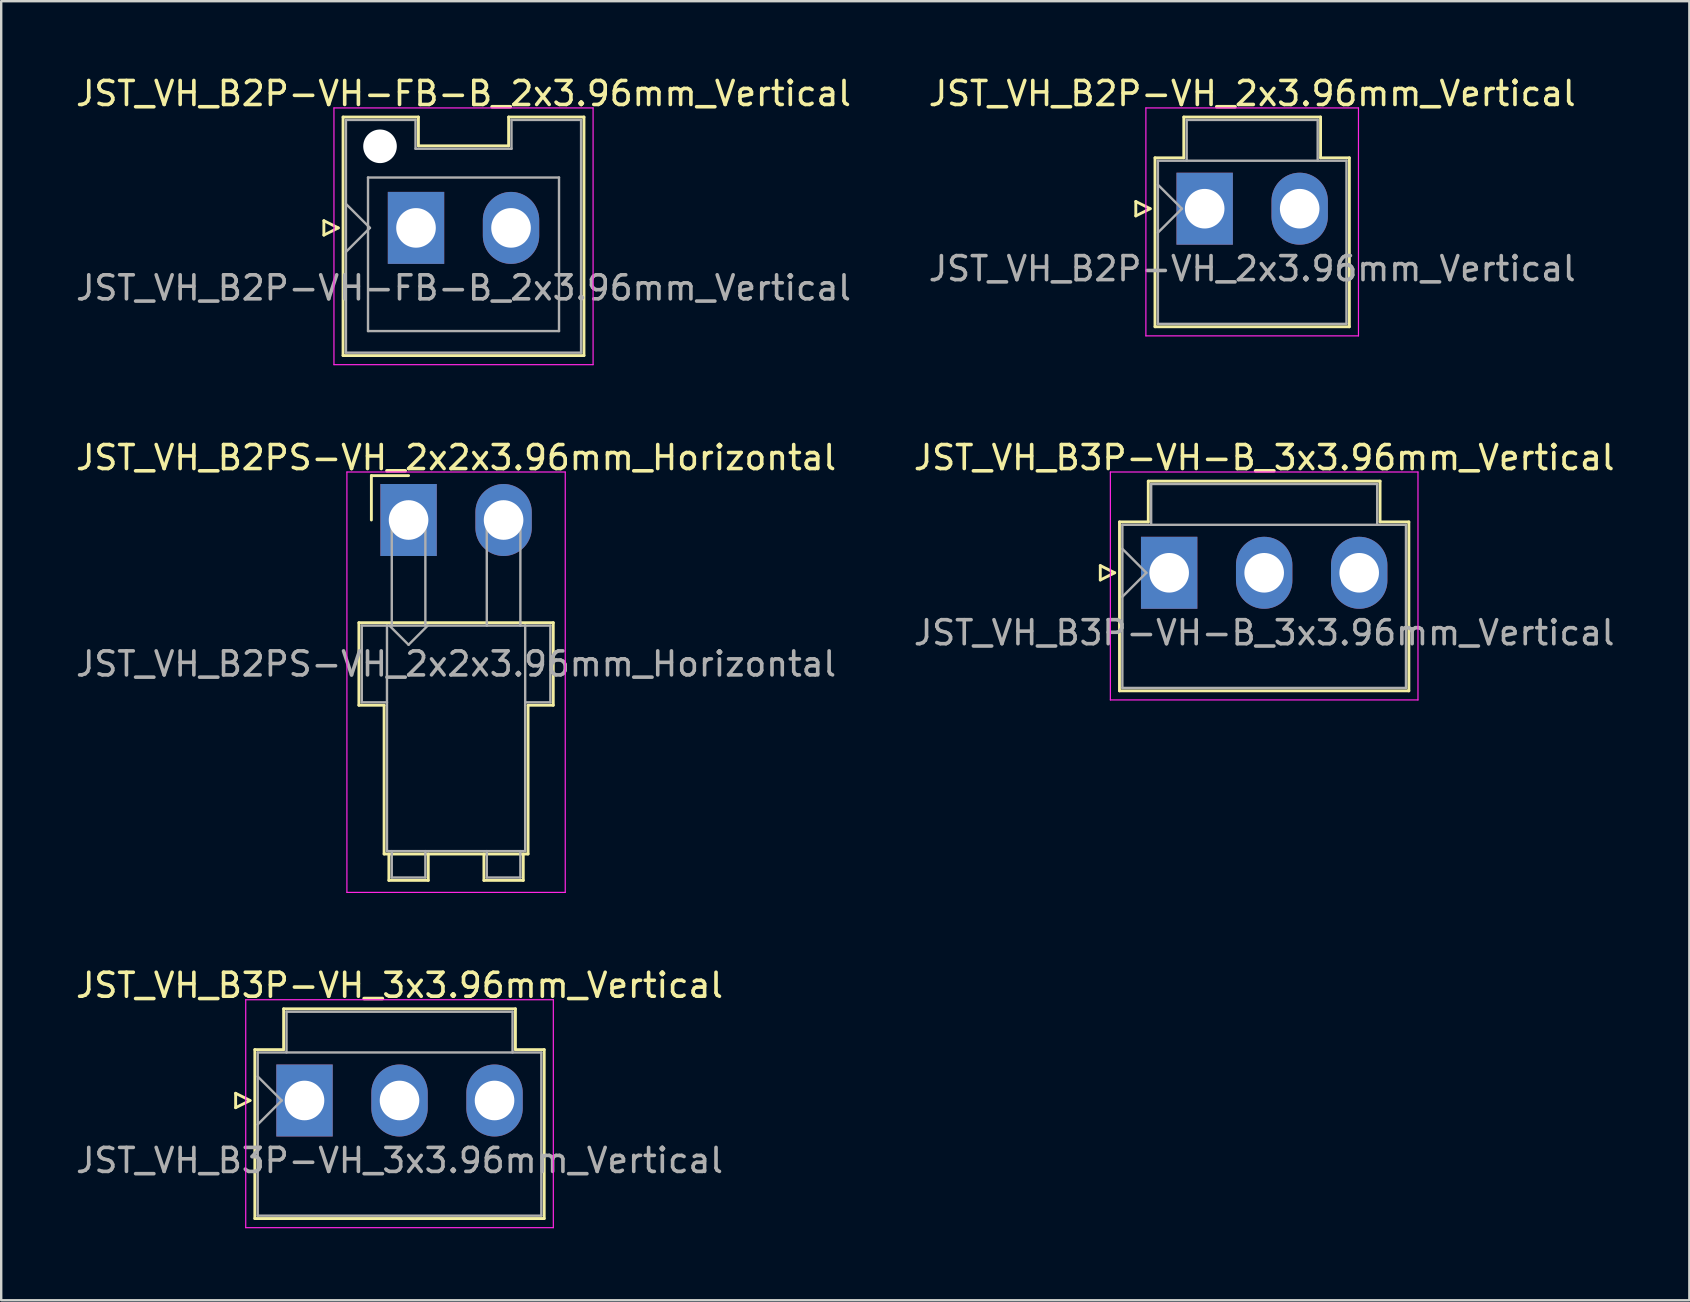
<source format=kicad_pcb>
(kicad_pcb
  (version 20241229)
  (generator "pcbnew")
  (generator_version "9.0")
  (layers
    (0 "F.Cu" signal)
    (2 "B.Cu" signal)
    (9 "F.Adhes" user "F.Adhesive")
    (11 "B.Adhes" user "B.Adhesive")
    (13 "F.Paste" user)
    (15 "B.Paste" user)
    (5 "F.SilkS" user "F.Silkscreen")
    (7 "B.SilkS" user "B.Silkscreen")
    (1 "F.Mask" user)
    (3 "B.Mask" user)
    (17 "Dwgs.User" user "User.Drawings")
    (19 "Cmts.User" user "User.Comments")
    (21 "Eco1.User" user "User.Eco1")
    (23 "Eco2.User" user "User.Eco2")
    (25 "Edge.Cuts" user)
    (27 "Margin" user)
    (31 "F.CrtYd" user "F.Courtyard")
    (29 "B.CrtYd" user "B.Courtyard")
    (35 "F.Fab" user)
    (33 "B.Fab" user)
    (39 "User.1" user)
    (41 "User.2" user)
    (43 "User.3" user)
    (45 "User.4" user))
  (footprint "JST_VH_B3P-VH-B_3x3.96mm_Vertical"
    (layer "F.Cu")
    (at 45.677 20.822)
    (property "Reference" "JST_VH_B3P-VH-B_3x3.96mm_Vertical" (at 3.96 -4.8 0) (layer "F.SilkS") (effects (font (size 1 1) (thickness 0.15))))
    (attr through_hole)
    (fp_line (start -2.87 -0.3) (end -2.27 0) (stroke (width 0.12) (type solid)) (layer "F.SilkS"))
    (fp_line (start -2.87 0.3) (end -2.87 -0.3) (stroke (width 0.12) (type solid)) (layer "F.SilkS"))
    (fp_line (start -2.27 0) (end -2.87 0.3) (stroke (width 0.12) (type solid)) (layer "F.SilkS"))
    (fp_line (start -2.07 -2.12) (end -0.87 -2.12) (stroke (width 0.12) (type solid)) (layer "F.SilkS"))
    (fp_line (start -2.07 4.92) (end -2.07 -2.12) (stroke (width 0.12) (type solid)) (layer "F.SilkS"))
    (fp_line (start -0.87 -3.82) (end 8.79 -3.82) (stroke (width 0.12) (type solid)) (layer "F.SilkS"))
    (fp_line (start -0.87 -2.12) (end -0.87 -3.82) (stroke (width 0.12) (type solid)) (layer "F.SilkS"))
    (fp_line (start 8.79 -3.82) (end 8.79 -2.12) (stroke (width 0.12) (type solid)) (layer "F.SilkS"))
    (fp_line (start 8.79 -2.12) (end 9.99 -2.12) (stroke (width 0.12) (type solid)) (layer "F.SilkS"))
    (fp_line (start 9.99 -2.12) (end 9.99 4.92) (stroke (width 0.12) (type solid)) (layer "F.SilkS"))
    (fp_line (start 9.99 4.92) (end -2.07 4.92) (stroke (width 0.12) (type solid)) (layer "F.SilkS"))
    (fp_line (start -2.45 -4.2) (end -2.45 5.3) (stroke (width 0.05) (type solid)) (layer "F.CrtYd"))
    (fp_line (start -2.45 5.3) (end 10.37 5.3) (stroke (width 0.05) (type solid)) (layer "F.CrtYd"))
    (fp_line (start 10.37 -4.2) (end -2.45 -4.2) (stroke (width 0.05) (type solid)) (layer "F.CrtYd"))
    (fp_line (start 10.37 5.3) (end 10.37 -4.2) (stroke (width 0.05) (type solid)) (layer "F.CrtYd"))
    (fp_line (start -1.95 -2) (end -1.95 4.8) (stroke (width 0.1) (type solid)) (layer "F.Fab"))
    (fp_line (start -1.95 -1) (end -0.95 0) (stroke (width 0.1) (type solid)) (layer "F.Fab"))
    (fp_line (start -1.95 1) (end -0.95 0) (stroke (width 0.1) (type solid)) (layer "F.Fab"))
    (fp_line (start -1.95 4.8) (end 9.87 4.8) (stroke (width 0.1) (type solid)) (layer "F.Fab"))
    (fp_line (start -0.75 -3.7) (end 8.67 -3.7) (stroke (width 0.1) (type solid)) (layer "F.Fab"))
    (fp_line (start -0.75 -2) (end -0.75 -3.7) (stroke (width 0.1) (type solid)) (layer "F.Fab"))
    (fp_line (start 8.67 -3.7) (end 8.67 -2) (stroke (width 0.1) (type solid)) (layer "F.Fab"))
    (fp_line (start 9.87 -2) (end -1.95 -2) (stroke (width 0.1) (type solid)) (layer "F.Fab"))
    (fp_line (start 9.87 4.8) (end 9.87 -2) (stroke (width 0.1) (type solid)) (layer "F.Fab"))
    (fp_text user "${REFERENCE}" (at 3.96 2.5 0) (layer "F.Fab") (effects (font (size 1 1) (thickness 0.15))))
    (pad "1" thru_hole rect (at 0 0) (size 2.35 3) (drill 1.65) (layers "*.Cu" "*.Mask"))
    (pad "2" thru_hole oval (at 3.96 0) (size 2.35 3) (drill 1.65) (layers "*.Cu" "*.Mask"))
    (pad "3" thru_hole oval (at 7.92 0) (size 2.35 3) (drill 1.65) (layers "*.Cu" "*.Mask")))
  (footprint "JST_VH_B2P-VH-FB-B_2x3.96mm_Vertical"
    (layer "F.Cu")
    (at 14.288 6.448)
    (property "Reference" "JST_VH_B2P-VH-FB-B_2x3.96mm_Vertical" (at 1.98 -5.6 0) (layer "F.SilkS") (effects (font (size 1 1) (thickness 0.15))))
    (attr through_hole)
    (fp_line (start -3.84 -0.3) (end -3.24 0) (stroke (width 0.12) (type solid)) (layer "F.SilkS"))
    (fp_line (start -3.84 0.3) (end -3.84 -0.3) (stroke (width 0.12) (type solid)) (layer "F.SilkS"))
    (fp_line (start -3.24 0) (end -3.84 0.3) (stroke (width 0.12) (type solid)) (layer "F.SilkS"))
    (fp_line (start -3.04 -4.62) (end 0.1 -4.62) (stroke (width 0.12) (type solid)) (layer "F.SilkS"))
    (fp_line (start -3.04 5.32) (end -3.04 -4.62) (stroke (width 0.12) (type solid)) (layer "F.SilkS"))
    (fp_line (start 0.1 -4.62) (end 0.1 -3.42) (stroke (width 0.12) (type solid)) (layer "F.SilkS"))
    (fp_line (start 0.1 -3.42) (end 3.86 -3.42) (stroke (width 0.12) (type solid)) (layer "F.SilkS"))
    (fp_line (start 3.86 -4.62) (end 7 -4.62) (stroke (width 0.12) (type solid)) (layer "F.SilkS"))
    (fp_line (start 3.86 -3.42) (end 3.86 -4.62) (stroke (width 0.12) (type solid)) (layer "F.SilkS"))
    (fp_line (start 7 -4.62) (end 7 5.32) (stroke (width 0.12) (type solid)) (layer "F.SilkS"))
    (fp_line (start 7 5.32) (end -3.04 5.32) (stroke (width 0.12) (type solid)) (layer "F.SilkS"))
    (fp_line (start -3.42 -5) (end -3.42 5.7) (stroke (width 0.05) (type solid)) (layer "F.CrtYd"))
    (fp_line (start -3.42 5.7) (end 7.38 5.7) (stroke (width 0.05) (type solid)) (layer "F.CrtYd"))
    (fp_line (start 7.38 -5) (end -3.42 -5) (stroke (width 0.05) (type solid)) (layer "F.CrtYd"))
    (fp_line (start 7.38 5.7) (end 7.38 -5) (stroke (width 0.05) (type solid)) (layer "F.CrtYd"))
    (fp_line (start -2.92 -4.5) (end -0.02 -4.5) (stroke (width 0.1) (type solid)) (layer "F.Fab"))
    (fp_line (start -2.92 -1) (end -1.92 0) (stroke (width 0.1) (type solid)) (layer "F.Fab"))
    (fp_line (start -2.92 1) (end -1.92 0) (stroke (width 0.1) (type solid)) (layer "F.Fab"))
    (fp_line (start -2.92 5.2) (end -2.92 -4.5) (stroke (width 0.1) (type solid)) (layer "F.Fab"))
    (fp_line (start -2 -2.1) (end 5.96 -2.1) (stroke (width 0.1) (type solid)) (layer "F.Fab"))
    (fp_line (start -2 4.3) (end -2 -2.1) (stroke (width 0.1) (type solid)) (layer "F.Fab"))
    (fp_line (start -0.02 -4.5) (end -0.02 -3.3) (stroke (width 0.1) (type solid)) (layer "F.Fab"))
    (fp_line (start -0.02 -3.3) (end 3.98 -3.3) (stroke (width 0.1) (type solid)) (layer "F.Fab"))
    (fp_line (start 3.98 -4.5) (end 6.88 -4.5) (stroke (width 0.1) (type solid)) (layer "F.Fab"))
    (fp_line (start 3.98 -3.3) (end 3.98 -4.5) (stroke (width 0.1) (type solid)) (layer "F.Fab"))
    (fp_line (start 5.96 -2.1) (end 5.96 4.3) (stroke (width 0.1) (type solid)) (layer "F.Fab"))
    (fp_line (start 5.96 4.3) (end -2 4.3) (stroke (width 0.1) (type solid)) (layer "F.Fab"))
    (fp_line (start 6.88 -4.5) (end 6.88 5.2) (stroke (width 0.1) (type solid)) (layer "F.Fab"))
    (fp_line (start 6.88 5.2) (end -2.92 5.2) (stroke (width 0.1) (type solid)) (layer "F.Fab"))
    (fp_text user "${REFERENCE}" (at 1.98 2.5 0) (layer "F.Fab") (effects (font (size 1 1) (thickness 0.15))))
    (pad "" np_thru_hole circle (at -1.5 -3.4) (size 1.4 1.4) (drill 1.4) (layers "*.Cu" "*.Mask"))
    (pad "1" thru_hole rect (at 0 0) (size 2.35 3) (drill 1.65) (layers "*.Cu" "*.Mask"))
    (pad "2" thru_hole oval (at 3.96 0) (size 2.35 3) (drill 1.65) (layers "*.Cu" "*.Mask")))
  (footprint "JST_VH_B3P-VH_3x3.96mm_Vertical"
    (layer "F.Cu")
    (at 9.641 42.815)
    (property "Reference" "JST_VH_B3P-VH_3x3.96mm_Vertical" (at 3.96 -4.8 0) (layer "F.SilkS") (effects (font (size 1 1) (thickness 0.15))))
    (attr through_hole)
    (fp_line (start -2.87 -0.3) (end -2.27 0) (stroke (width 0.12) (type solid)) (layer "F.SilkS"))
    (fp_line (start -2.87 0.3) (end -2.87 -0.3) (stroke (width 0.12) (type solid)) (layer "F.SilkS"))
    (fp_line (start -2.27 0) (end -2.87 0.3) (stroke (width 0.12) (type solid)) (layer "F.SilkS"))
    (fp_line (start -2.07 -2.12) (end -0.87 -2.12) (stroke (width 0.12) (type solid)) (layer "F.SilkS"))
    (fp_line (start -2.07 4.92) (end -2.07 -2.12) (stroke (width 0.12) (type solid)) (layer "F.SilkS"))
    (fp_line (start -0.87 -3.82) (end 8.79 -3.82) (stroke (width 0.12) (type solid)) (layer "F.SilkS"))
    (fp_line (start -0.87 -2.12) (end -0.87 -3.82) (stroke (width 0.12) (type solid)) (layer "F.SilkS"))
    (fp_line (start 8.79 -3.82) (end 8.79 -2.12) (stroke (width 0.12) (type solid)) (layer "F.SilkS"))
    (fp_line (start 8.79 -2.12) (end 9.99 -2.12) (stroke (width 0.12) (type solid)) (layer "F.SilkS"))
    (fp_line (start 9.99 -2.12) (end 9.99 4.92) (stroke (width 0.12) (type solid)) (layer "F.SilkS"))
    (fp_line (start 9.99 4.92) (end -2.07 4.92) (stroke (width 0.12) (type solid)) (layer "F.SilkS"))
    (fp_line (start -2.45 -4.2) (end -2.45 5.3) (stroke (width 0.05) (type solid)) (layer "F.CrtYd"))
    (fp_line (start -2.45 5.3) (end 10.37 5.3) (stroke (width 0.05) (type solid)) (layer "F.CrtYd"))
    (fp_line (start 10.37 -4.2) (end -2.45 -4.2) (stroke (width 0.05) (type solid)) (layer "F.CrtYd"))
    (fp_line (start 10.37 5.3) (end 10.37 -4.2) (stroke (width 0.05) (type solid)) (layer "F.CrtYd"))
    (fp_line (start -1.95 -2) (end -1.95 4.8) (stroke (width 0.1) (type solid)) (layer "F.Fab"))
    (fp_line (start -1.95 -1) (end -0.95 0) (stroke (width 0.1) (type solid)) (layer "F.Fab"))
    (fp_line (start -1.95 1) (end -0.95 0) (stroke (width 0.1) (type solid)) (layer "F.Fab"))
    (fp_line (start -1.95 4.8) (end 9.87 4.8) (stroke (width 0.1) (type solid)) (layer "F.Fab"))
    (fp_line (start -0.75 -3.7) (end 8.67 -3.7) (stroke (width 0.1) (type solid)) (layer "F.Fab"))
    (fp_line (start -0.75 -2) (end -0.75 -3.7) (stroke (width 0.1) (type solid)) (layer "F.Fab"))
    (fp_line (start 8.67 -3.7) (end 8.67 -2) (stroke (width 0.1) (type solid)) (layer "F.Fab"))
    (fp_line (start 9.87 -2) (end -1.95 -2) (stroke (width 0.1) (type solid)) (layer "F.Fab"))
    (fp_line (start 9.87 4.8) (end 9.87 -2) (stroke (width 0.1) (type solid)) (layer "F.Fab"))
    (fp_text user "${REFERENCE}" (at 3.96 2.5 0) (layer "F.Fab") (effects (font (size 1 1) (thickness 0.15))))
    (pad "1" thru_hole rect (at 0 0) (size 2.35 3) (drill 1.65) (layers "*.Cu" "*.Mask"))
    (pad "2" thru_hole oval (at 3.96 0) (size 2.35 3) (drill 1.65) (layers "*.Cu" "*.Mask"))
    (pad "3" thru_hole oval (at 7.92 0) (size 2.35 3) (drill 1.65) (layers "*.Cu" "*.Mask")))
  (footprint "JST_VH_B2PS-VH_2x2x3.96mm_Horizontal"
    (layer "F.Cu")
    (at 13.978 18.622)
    (property "Reference" "JST_VH_B2PS-VH_2x2x3.96mm_Horizontal" (at 1.98 -2.6 0) (layer "F.SilkS") (effects (font (size 1 1) (thickness 0.15))))
    (attr through_hole)
    (fp_line (start -2.07 4.28) (end 6.03 4.28) (stroke (width 0.12) (type solid)) (layer "F.SilkS"))
    (fp_line (start -2.07 7.72) (end -2.07 4.28) (stroke (width 0.12) (type solid)) (layer "F.SilkS"))
    (fp_line (start -1.55 -1.85) (end -1.55 0) (stroke (width 0.12) (type solid)) (layer "F.SilkS"))
    (fp_line (start -1.02 7.72) (end -2.07 7.72) (stroke (width 0.12) (type solid)) (layer "F.SilkS"))
    (fp_line (start -1.02 13.92) (end -1.02 7.72) (stroke (width 0.12) (type solid)) (layer "F.SilkS"))
    (fp_line (start -0.82 13.92) (end -0.82 15.02) (stroke (width 0.12) (type solid)) (layer "F.SilkS"))
    (fp_line (start -0.82 15.02) (end 0.82 15.02) (stroke (width 0.12) (type solid)) (layer "F.SilkS"))
    (fp_line (start 0 -1.85) (end -1.55 -1.85) (stroke (width 0.12) (type solid)) (layer "F.SilkS"))
    (fp_line (start 0.82 15.02) (end 0.82 13.92) (stroke (width 0.12) (type solid)) (layer "F.SilkS"))
    (fp_line (start 3.14 13.92) (end 3.14 15.02) (stroke (width 0.12) (type solid)) (layer "F.SilkS"))
    (fp_line (start 3.14 15.02) (end 4.78 15.02) (stroke (width 0.12) (type solid)) (layer "F.SilkS"))
    (fp_line (start 4.78 15.02) (end 4.78 13.92) (stroke (width 0.12) (type solid)) (layer "F.SilkS"))
    (fp_line (start 4.98 7.72) (end 4.98 13.92) (stroke (width 0.12) (type solid)) (layer "F.SilkS"))
    (fp_line (start 4.98 13.92) (end -1.02 13.92) (stroke (width 0.12) (type solid)) (layer "F.SilkS"))
    (fp_line (start 6.03 4.28) (end 6.03 7.72) (stroke (width 0.12) (type solid)) (layer "F.SilkS"))
    (fp_line (start 6.03 7.72) (end 4.98 7.72) (stroke (width 0.12) (type solid)) (layer "F.SilkS"))
    (fp_line (start -2.57 -2) (end -2.57 15.52) (stroke (width 0.05) (type solid)) (layer "F.CrtYd"))
    (fp_line (start -2.57 15.52) (end 6.53 15.52) (stroke (width 0.05) (type solid)) (layer "F.CrtYd"))
    (fp_line (start 6.53 -2) (end -2.57 -2) (stroke (width 0.05) (type solid)) (layer "F.CrtYd"))
    (fp_line (start 6.53 15.52) (end 6.53 -2) (stroke (width 0.05) (type solid)) (layer "F.CrtYd"))
    (fp_line (start -1.95 4.4) (end -0.9 4.4) (stroke (width 0.1) (type solid)) (layer "F.Fab"))
    (fp_line (start -1.95 7.6) (end -1.95 4.4) (stroke (width 0.1) (type solid)) (layer "F.Fab"))
    (fp_line (start -0.9 4.4) (end -0.9 13.8) (stroke (width 0.1) (type solid)) (layer "F.Fab"))
    (fp_line (start -0.9 7.6) (end -1.95 7.6) (stroke (width 0.1) (type solid)) (layer "F.Fab"))
    (fp_line (start -0.9 13.8) (end 4.86 13.8) (stroke (width 0.1) (type solid)) (layer "F.Fab"))
    (fp_line (start -0.8 4.4) (end 0 5.2) (stroke (width 0.1) (type solid)) (layer "F.Fab"))
    (fp_line (start -0.7 0) (end 0.7 0) (stroke (width 0.1) (type solid)) (layer "F.Fab"))
    (fp_line (start -0.7 4.4) (end -0.7 0) (stroke (width 0.1) (type solid)) (layer "F.Fab"))
    (fp_line (start -0.7 13.8) (end -0.7 14.9) (stroke (width 0.1) (type solid)) (layer "F.Fab"))
    (fp_line (start -0.7 14.9) (end 0.7 14.9) (stroke (width 0.1) (type solid)) (layer "F.Fab"))
    (fp_line (start 0 5.2) (end 0.8 4.4) (stroke (width 0.1) (type solid)) (layer "F.Fab"))
    (fp_line (start 0.7 0) (end 0.7 4.4) (stroke (width 0.1) (type solid)) (layer "F.Fab"))
    (fp_line (start 0.7 14.9) (end 0.7 13.8) (stroke (width 0.1) (type solid)) (layer "F.Fab"))
    (fp_line (start 3.26 0) (end 4.66 0) (stroke (width 0.1) (type solid)) (layer "F.Fab"))
    (fp_line (start 3.26 4.4) (end 3.26 0) (stroke (width 0.1) (type solid)) (layer "F.Fab"))
    (fp_line (start 3.26 13.8) (end 3.26 14.9) (stroke (width 0.1) (type solid)) (layer "F.Fab"))
    (fp_line (start 3.26 14.9) (end 4.66 14.9) (stroke (width 0.1) (type solid)) (layer "F.Fab"))
    (fp_line (start 4.66 0) (end 4.66 4.4) (stroke (width 0.1) (type solid)) (layer "F.Fab"))
    (fp_line (start 4.66 14.9) (end 4.66 13.8) (stroke (width 0.1) (type solid)) (layer "F.Fab"))
    (fp_line (start 4.86 4.4) (end -0.9 4.4) (stroke (width 0.1) (type solid)) (layer "F.Fab"))
    (fp_line (start 4.86 4.4) (end 5.91 4.4) (stroke (width 0.1) (type solid)) (layer "F.Fab"))
    (fp_line (start 4.86 13.8) (end 4.86 4.4) (stroke (width 0.1) (type solid)) (layer "F.Fab"))
    (fp_line (start 5.91 4.4) (end 5.91 7.6) (stroke (width 0.1) (type solid)) (layer "F.Fab"))
    (fp_line (start 5.91 7.6) (end 4.86 7.6) (stroke (width 0.1) (type solid)) (layer "F.Fab"))
    (fp_text user "${REFERENCE}" (at 1.98 6 0) (layer "F.Fab") (effects (font (size 1 1) (thickness 0.15))))
    (pad "1" thru_hole rect (at 0 0) (size 2.35 3) (drill 1.65) (layers "*.Cu" "*.Mask"))
    (pad "2" thru_hole oval (at 3.96 0) (size 2.35 3) (drill 1.65) (layers "*.Cu" "*.Mask")))
  (footprint "JST_VH_B2P-VH_2x3.96mm_Vertical"
    (layer "F.Cu")
    (at 47.157 5.648)
    (property "Reference" "JST_VH_B2P-VH_2x3.96mm_Vertical" (at 1.98 -4.8 0) (layer "F.SilkS") (effects (font (size 1 1) (thickness 0.15))))
    (attr through_hole)
    (fp_line (start -2.87 -0.3) (end -2.27 0) (stroke (width 0.12) (type solid)) (layer "F.SilkS"))
    (fp_line (start -2.87 0.3) (end -2.87 -0.3) (stroke (width 0.12) (type solid)) (layer "F.SilkS"))
    (fp_line (start -2.27 0) (end -2.87 0.3) (stroke (width 0.12) (type solid)) (layer "F.SilkS"))
    (fp_line (start -2.07 -2.12) (end -0.87 -2.12) (stroke (width 0.12) (type solid)) (layer "F.SilkS"))
    (fp_line (start -2.07 4.92) (end -2.07 -2.12) (stroke (width 0.12) (type solid)) (layer "F.SilkS"))
    (fp_line (start -0.87 -3.82) (end 4.83 -3.82) (stroke (width 0.12) (type solid)) (layer "F.SilkS"))
    (fp_line (start -0.87 -2.12) (end -0.87 -3.82) (stroke (width 0.12) (type solid)) (layer "F.SilkS"))
    (fp_line (start 4.83 -3.82) (end 4.83 -2.12) (stroke (width 0.12) (type solid)) (layer "F.SilkS"))
    (fp_line (start 4.83 -2.12) (end 6.03 -2.12) (stroke (width 0.12) (type solid)) (layer "F.SilkS"))
    (fp_line (start 6.03 -2.12) (end 6.03 4.92) (stroke (width 0.12) (type solid)) (layer "F.SilkS"))
    (fp_line (start 6.03 4.92) (end -2.07 4.92) (stroke (width 0.12) (type solid)) (layer "F.SilkS"))
    (fp_line (start -2.45 -4.2) (end -2.45 5.3) (stroke (width 0.05) (type solid)) (layer "F.CrtYd"))
    (fp_line (start -2.45 5.3) (end 6.41 5.3) (stroke (width 0.05) (type solid)) (layer "F.CrtYd"))
    (fp_line (start 6.41 -4.2) (end -2.45 -4.2) (stroke (width 0.05) (type solid)) (layer "F.CrtYd"))
    (fp_line (start 6.41 5.3) (end 6.41 -4.2) (stroke (width 0.05) (type solid)) (layer "F.CrtYd"))
    (fp_line (start -1.95 -2) (end -1.95 4.8) (stroke (width 0.1) (type solid)) (layer "F.Fab"))
    (fp_line (start -1.95 -1) (end -0.95 0) (stroke (width 0.1) (type solid)) (layer "F.Fab"))
    (fp_line (start -1.95 1) (end -0.95 0) (stroke (width 0.1) (type solid)) (layer "F.Fab"))
    (fp_line (start -1.95 4.8) (end 5.91 4.8) (stroke (width 0.1) (type solid)) (layer "F.Fab"))
    (fp_line (start -0.75 -3.7) (end 4.71 -3.7) (stroke (width 0.1) (type solid)) (layer "F.Fab"))
    (fp_line (start -0.75 -2) (end -0.75 -3.7) (stroke (width 0.1) (type solid)) (layer "F.Fab"))
    (fp_line (start 4.71 -3.7) (end 4.71 -2) (stroke (width 0.1) (type solid)) (layer "F.Fab"))
    (fp_line (start 5.91 -2) (end -1.95 -2) (stroke (width 0.1) (type solid)) (layer "F.Fab"))
    (fp_line (start 5.91 4.8) (end 5.91 -2) (stroke (width 0.1) (type solid)) (layer "F.Fab"))
    (fp_text user "${REFERENCE}" (at 1.98 2.5 0) (layer "F.Fab") (effects (font (size 1 1) (thickness 0.15))))
    (pad "1" thru_hole rect (at 0 0) (size 2.35 3) (drill 1.65) (layers "*.Cu" "*.Mask"))
    (pad "2" thru_hole oval (at 3.96 0) (size 2.35 3) (drill 1.65) (layers "*.Cu" "*.Mask")))
  (gr_rect
    (start -3 -3)
    (end 67.357 51.14)
    (stroke (width 0.1) (type default))
    (fill no)
    (layer "Edge.Cuts")))
</source>
